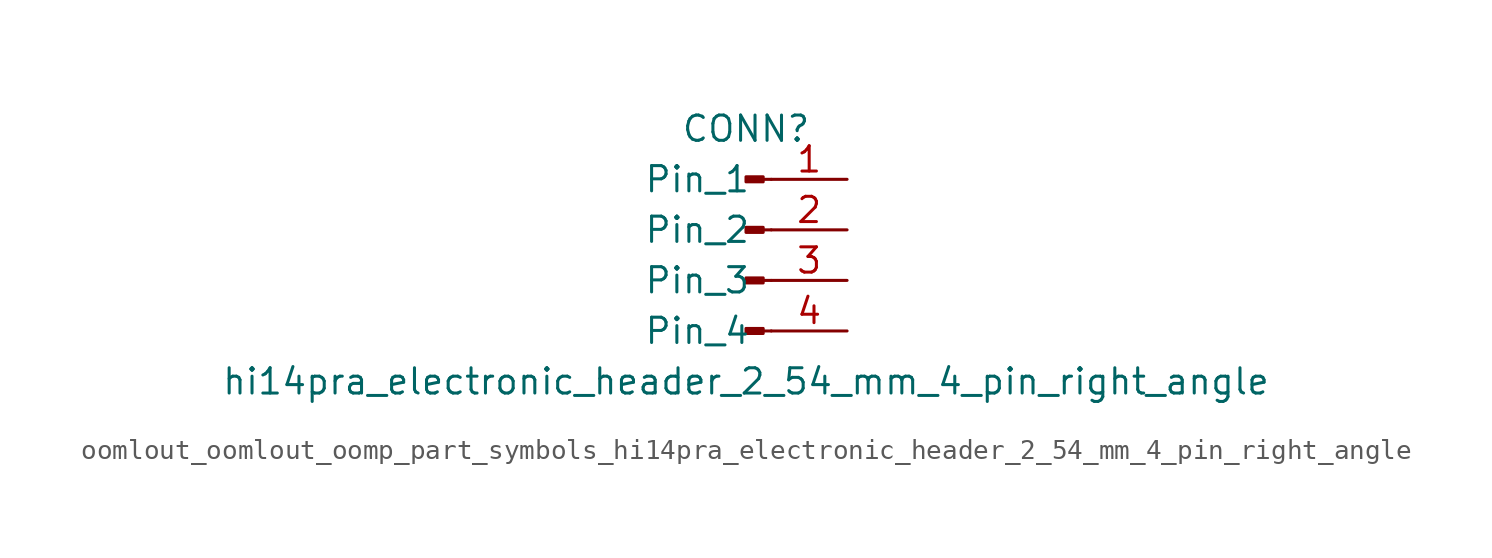
<source format=kicad_sym>
(kicad_symbol_lib
  (version 20220914)
  (generator kicad_symbol_editor)
  (symbol "oomlout_oomlout_oomp_part_symbols_hi14pra_electronic_header_2_54_mm_4_pin_right_angle"
    (pin_names
      (offset 1.016))
    (property "Reference" "CONN"
      (at 0 5.08 0)
      (effects (font (size 1.27 1.27))))
    (property "Value" "hi14pra_electronic_header_2_54_mm_4_pin_right_angle"
      (at 0 -7.62 0)
      (effects (font (size 1.27 1.27))))
    (property "ki_locked" ""
      (at 0 0 0)
      (effects (font (size 1.27 1.27))))
    (symbol "oomlout_oomlout_oomp_part_symbols_hi14pra_electronic_header_2_54_mm_4_pin_right_angle_1_1"
      (polyline (pts (xy 1.27 -5.08) (xy 0.864 -5.08)) (stroke (width 0.152) (type default)) (fill (type none)))
      (polyline (pts (xy 1.27 -2.54) (xy 0.864 -2.54)) (stroke (width 0.152) (type default)) (fill (type none)))
      (polyline (pts (xy 1.27 0) (xy 0.864 0)) (stroke (width 0.152) (type default)) (fill (type none)))
      (polyline (pts (xy 1.27 2.54) (xy 0.864 2.54)) (stroke (width 0.152) (type default)) (fill (type none)))
      (rectangle (start 0.864 -4.953) (end 0 -5.207) (stroke (width 0.152) (type default)) (fill (type outline)))
      (rectangle (start 0.864 -2.413) (end 0 -2.667) (stroke (width 0.152) (type default)) (fill (type outline)))
      (rectangle (start 0.864 0.127) (end 0 -0.127) (stroke (width 0.152) (type default)) (fill (type outline)))
      (rectangle (start 0.864 2.667) (end 0 2.413) (stroke (width 0.152) (type default)) (fill (type outline)))
      (pin passive line (at 5.08 2.54 180) (length 3.81) (name "Pin_1" (effects (font (size 1.27 1.27)))) (number "1" (effects (font (size 1.27 1.27)))))
      (pin passive line (at 5.08 0 180) (length 3.81) (name "Pin_2" (effects (font (size 1.27 1.27)))) (number "2" (effects (font (size 1.27 1.27)))))
      (pin passive line (at 5.08 -2.54 180) (length 3.81) (name "Pin_3" (effects (font (size 1.27 1.27)))) (number "3" (effects (font (size 1.27 1.27)))))
      (pin passive line (at 5.08 -5.08 180) (length 3.81) (name "Pin_4" (effects (font (size 1.27 1.27)))) (number "4" (effects (font (size 1.27 1.27))))))))
</source>
